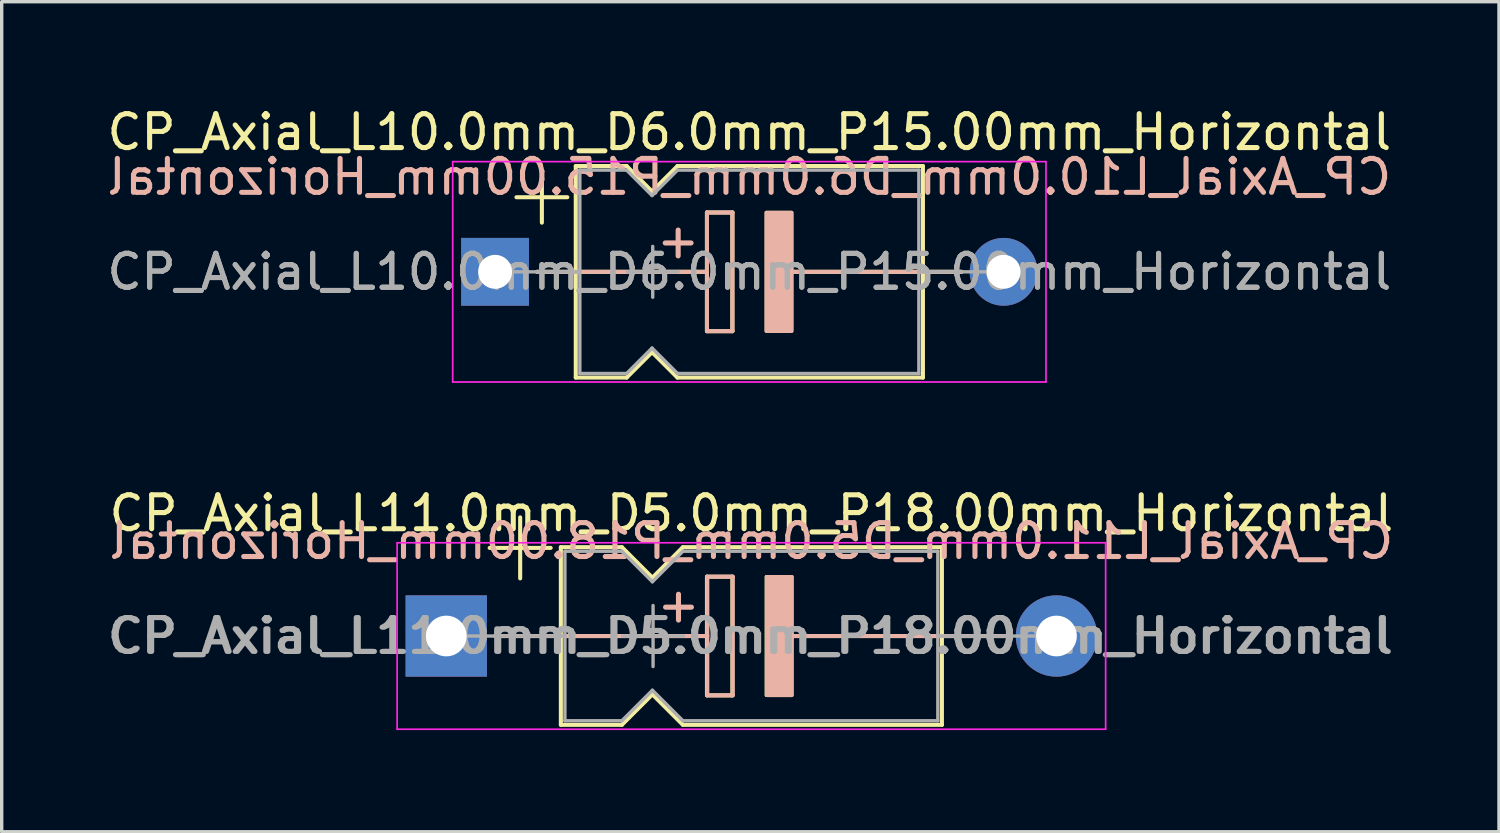
<source format=kicad_pcb>
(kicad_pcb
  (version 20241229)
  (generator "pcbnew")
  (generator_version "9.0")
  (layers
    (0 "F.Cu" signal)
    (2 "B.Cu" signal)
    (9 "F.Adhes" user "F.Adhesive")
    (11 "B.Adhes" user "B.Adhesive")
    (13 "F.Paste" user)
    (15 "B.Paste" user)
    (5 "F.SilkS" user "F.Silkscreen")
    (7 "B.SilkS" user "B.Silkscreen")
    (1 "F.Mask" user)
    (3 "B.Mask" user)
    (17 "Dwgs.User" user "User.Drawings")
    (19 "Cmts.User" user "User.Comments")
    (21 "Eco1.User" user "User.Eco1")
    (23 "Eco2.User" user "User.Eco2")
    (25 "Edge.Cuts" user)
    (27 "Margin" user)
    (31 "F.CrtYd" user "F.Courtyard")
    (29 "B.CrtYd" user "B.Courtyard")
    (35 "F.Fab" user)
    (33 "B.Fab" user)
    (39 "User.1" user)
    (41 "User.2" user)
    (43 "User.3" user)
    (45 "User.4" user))
  (footprint "CP_Axial_L10.0mm_D6.0mm_P15.00mm_Horizontal"
    (layer "F.Cu")
    (at 11.554 4.968)
    (property "Reference" "CP_Axial_L10.0mm_D6.0mm_P15.00mm_Horizontal" (at 7.5 -4.12 0) (layer "F.SilkS") (effects (font (size 1 1) (thickness 0.15))))
    (fp_line (start 0.63 -2.2) (end 2.13 -2.2) (stroke (width 0.12) (type solid)) (layer "F.SilkS"))
    (fp_line (start 1.24 0) (end 2.38 0) (stroke (width 0.12) (type solid)) (layer "F.SilkS"))
    (fp_line (start 1.38 -2.95) (end 1.38 -1.45) (stroke (width 0.12) (type solid)) (layer "F.SilkS"))
    (fp_line (start 2.38 -3.12) (end 2.38 3.12) (stroke (width 0.12) (type solid)) (layer "F.SilkS"))
    (fp_line (start 2.38 -3.12) (end 3.88 -3.12) (stroke (width 0.12) (type solid)) (layer "F.SilkS"))
    (fp_line (start 2.38 0) (end 6.25 0) (stroke (width 0.12) (type solid)) (layer "F.SilkS"))
    (fp_line (start 2.38 3.12) (end 3.88 3.12) (stroke (width 0.12) (type solid)) (layer "F.SilkS"))
    (fp_line (start 3.88 -3.12) (end 4.63 -2.37) (stroke (width 0.12) (type solid)) (layer "F.SilkS"))
    (fp_line (start 3.88 3.12) (end 4.63 2.37) (stroke (width 0.12) (type solid)) (layer "F.SilkS"))
    (fp_line (start 4.63 -2.37) (end 5.38 -3.12) (stroke (width 0.12) (type solid)) (layer "F.SilkS"))
    (fp_line (start 4.63 2.37) (end 5.38 3.12) (stroke (width 0.12) (type solid)) (layer "F.SilkS"))
    (fp_line (start 5.38 -3.12) (end 12.62 -3.12) (stroke (width 0.12) (type solid)) (layer "F.SilkS"))
    (fp_line (start 5.38 3.12) (end 12.62 3.12) (stroke (width 0.12) (type solid)) (layer "F.SilkS"))
    (fp_line (start 6.25 -1.75) (end 6.25 1.75) (stroke (width 0.12) (type solid)) (layer "F.SilkS"))
    (fp_line (start 6.25 -1.75) (end 7 -1.75) (stroke (width 0.12) (type solid)) (layer "F.SilkS"))
    (fp_line (start 7 -1.75) (end 7 1.75) (stroke (width 0.12) (type solid)) (layer "F.SilkS"))
    (fp_line (start 7 1.75) (end 6.25 1.75) (stroke (width 0.12) (type solid)) (layer "F.SilkS"))
    (fp_line (start 8.75 0) (end 12.62 0) (stroke (width 0.12) (type solid)) (layer "F.SilkS"))
    (fp_line (start 12.62 -3.12) (end 12.62 3.12) (stroke (width 0.12) (type solid)) (layer "F.SilkS"))
    (fp_line (start 13.76 0) (end 12.62 0) (stroke (width 0.12) (type solid)) (layer "F.SilkS"))
    (fp_poly (pts (xy 8.75 1.75) (xy 8 1.75) (xy 8 -1.75) (xy 8.75 -1.75)) (stroke (width 0.1) (type solid)) (fill yes) (layer "F.SilkS"))
    (fp_line (start 1.24 0) (end 2.38 0) (stroke (width 0.12) (type solid)) (layer "B.SilkS"))
    (fp_line (start 2.38 0) (end 6.25 0) (stroke (width 0.12) (type solid)) (layer "B.SilkS"))
    (fp_line (start 6.25 -1.75) (end 6.25 1.75) (stroke (width 0.12) (type solid)) (layer "B.SilkS"))
    (fp_line (start 6.25 -1.75) (end 7 -1.75) (stroke (width 0.12) (type solid)) (layer "B.SilkS"))
    (fp_line (start 7 -1.75) (end 7 1.75) (stroke (width 0.12) (type solid)) (layer "B.SilkS"))
    (fp_line (start 7 1.75) (end 6.25 1.75) (stroke (width 0.12) (type solid)) (layer "B.SilkS"))
    (fp_line (start 8.75 0) (end 12.62 0) (stroke (width 0.12) (type solid)) (layer "B.SilkS"))
    (fp_line (start 13.76 0) (end 12.62 0) (stroke (width 0.12) (type solid)) (layer "B.SilkS"))
    (fp_poly (pts (xy 8.75 1.75) (xy 8 1.75) (xy 8 -1.75) (xy 8.75 -1.75)) (stroke (width 0.1) (type solid)) (fill yes) (layer "B.SilkS"))
    (fp_line (start -1.25 -3.25) (end -1.25 3.25) (stroke (width 0.05) (type solid)) (layer "F.CrtYd"))
    (fp_line (start -1.25 3.25) (end 16.25 3.25) (stroke (width 0.05) (type solid)) (layer "F.CrtYd"))
    (fp_line (start 16.25 -3.25) (end -1.25 -3.25) (stroke (width 0.05) (type solid)) (layer "F.CrtYd"))
    (fp_line (start 16.25 3.25) (end 16.25 -3.25) (stroke (width 0.05) (type solid)) (layer "F.CrtYd"))
    (fp_line (start 0 0) (end 2.5 0) (stroke (width 0.1) (type solid)) (layer "F.Fab"))
    (fp_line (start 2.5 -3) (end 2.5 3) (stroke (width 0.1) (type solid)) (layer "F.Fab"))
    (fp_line (start 2.5 -3) (end 3.88 -3) (stroke (width 0.1) (type solid)) (layer "F.Fab"))
    (fp_line (start 2.5 3) (end 3.88 3) (stroke (width 0.1) (type solid)) (layer "F.Fab"))
    (fp_line (start 3.88 -3) (end 4.63 -2.25) (stroke (width 0.1) (type solid)) (layer "F.Fab"))
    (fp_line (start 3.88 3) (end 4.63 2.25) (stroke (width 0.1) (type solid)) (layer "F.Fab"))
    (fp_line (start 3.9 0) (end 5.4 0) (stroke (width 0.1) (type solid)) (layer "F.Fab"))
    (fp_line (start 4.63 -2.25) (end 5.38 -3) (stroke (width 0.1) (type solid)) (layer "F.Fab"))
    (fp_line (start 4.63 2.25) (end 5.38 3) (stroke (width 0.1) (type solid)) (layer "F.Fab"))
    (fp_line (start 4.65 -0.75) (end 4.65 0.75) (stroke (width 0.1) (type solid)) (layer "F.Fab"))
    (fp_line (start 5.38 -3) (end 12.5 -3) (stroke (width 0.1) (type solid)) (layer "F.Fab"))
    (fp_line (start 5.38 3) (end 12.5 3) (stroke (width 0.1) (type solid)) (layer "F.Fab"))
    (fp_line (start 12.5 -3) (end 12.5 3) (stroke (width 0.1) (type solid)) (layer "F.Fab"))
    (fp_line (start 15 0) (end 12.5 0) (stroke (width 0.1) (type solid)) (layer "F.Fab"))
    (fp_text user "+" (at 5.4 -0.925 0) (unlocked yes) (layer "B.SilkS") (effects (font (size 1 1) (thickness 0.15)) (justify mirror)))
    (fp_text user "${REFERENCE}" (at 7.5 -2.8 0) (layer "B.SilkS") (effects (font (size 1 1) (thickness 0.15)) (justify mirror)))
    (fp_text user "${REFERENCE}" (at 7.5 0 0) (layer "F.Fab") (effects (font (size 1 1) (thickness 0.15))))
    (fp_text user "${REFERENCE}" (at 7.5 0 0) (layer "F.Fab") (effects (font (size 1 1) (thickness 0.15))))
    (pad "1" thru_hole rect (at 0 0) (size 2 2) (drill 1) (layers "*.Cu" "*.Mask"))
    (pad "2" thru_hole oval (at 15 0) (size 2 2) (drill 1) (layers "*.Cu" "*.Mask")))
  (footprint "CP_Axial_L11.0mm_D5.0mm_P18.00mm_Horizontal"
    (layer "F.Cu")
    (at 10.114 15.711)
    (property "Reference" "CP_Axial_L11.0mm_D5.0mm_P18.00mm_Horizontal" (at 9 -3.62 0) (layer "F.SilkS") (effects (font (size 1 1) (thickness 0.15))))
    (fp_line (start 1.28 -2.6) (end 3.08 -2.6) (stroke (width 0.12) (type solid)) (layer "F.SilkS"))
    (fp_line (start 1.44 0) (end 3.38 0) (stroke (width 0.12) (type solid)) (layer "F.SilkS"))
    (fp_line (start 2.18 -3.5) (end 2.18 -1.7) (stroke (width 0.12) (type solid)) (layer "F.SilkS"))
    (fp_line (start 3.38 -2.62) (end 3.38 2.62) (stroke (width 0.12) (type solid)) (layer "F.SilkS"))
    (fp_line (start 3.38 -2.62) (end 5.18 -2.62) (stroke (width 0.12) (type solid)) (layer "F.SilkS"))
    (fp_line (start 3.38 0) (end 7.69 0) (stroke (width 0.12) (type solid)) (layer "F.SilkS"))
    (fp_line (start 3.38 2.62) (end 5.18 2.62) (stroke (width 0.12) (type solid)) (layer "F.SilkS"))
    (fp_line (start 5.18 -2.62) (end 6.08 -1.72) (stroke (width 0.12) (type solid)) (layer "F.SilkS"))
    (fp_line (start 5.18 2.62) (end 6.08 1.72) (stroke (width 0.12) (type solid)) (layer "F.SilkS"))
    (fp_line (start 6.08 -1.72) (end 6.98 -2.62) (stroke (width 0.12) (type solid)) (layer "F.SilkS"))
    (fp_line (start 6.08 1.72) (end 6.98 2.62) (stroke (width 0.12) (type solid)) (layer "F.SilkS"))
    (fp_line (start 6.98 -2.62) (end 14.62 -2.62) (stroke (width 0.12) (type solid)) (layer "F.SilkS"))
    (fp_line (start 6.98 2.62) (end 14.62 2.62) (stroke (width 0.12) (type solid)) (layer "F.SilkS"))
    (fp_line (start 7.69 -1.75) (end 7.69 1.75) (stroke (width 0.12) (type solid)) (layer "F.SilkS"))
    (fp_line (start 7.69 -1.75) (end 8.44 -1.75) (stroke (width 0.12) (type solid)) (layer "F.SilkS"))
    (fp_line (start 8.44 -1.75) (end 8.44 1.75) (stroke (width 0.12) (type solid)) (layer "F.SilkS"))
    (fp_line (start 8.44 1.75) (end 7.69 1.75) (stroke (width 0.12) (type solid)) (layer "F.SilkS"))
    (fp_line (start 10.19 0) (end 14.62 0) (stroke (width 0.12) (type solid)) (layer "F.SilkS"))
    (fp_line (start 14.62 -2.62) (end 14.62 2.62) (stroke (width 0.12) (type solid)) (layer "F.SilkS"))
    (fp_line (start 16.56 0) (end 14.62 0) (stroke (width 0.12) (type solid)) (layer "F.SilkS"))
    (fp_poly (pts (xy 10.19 1.75) (xy 9.44 1.75) (xy 9.44 -1.75) (xy 10.19 -1.75)) (stroke (width 0.1) (type solid)) (fill yes) (layer "F.SilkS"))
    (fp_line (start 1.45 0) (end 3.83 0) (stroke (width 0.12) (type solid)) (layer "B.SilkS"))
    (fp_line (start 3.83 0) (end 7.7 0) (stroke (width 0.12) (type solid)) (layer "B.SilkS"))
    (fp_line (start 7.7 -1.75) (end 7.7 1.75) (stroke (width 0.12) (type solid)) (layer "B.SilkS"))
    (fp_line (start 7.7 -1.75) (end 8.45 -1.75) (stroke (width 0.12) (type solid)) (layer "B.SilkS"))
    (fp_line (start 8.45 -1.75) (end 8.45 1.75) (stroke (width 0.12) (type solid)) (layer "B.SilkS"))
    (fp_line (start 8.45 1.75) (end 7.7 1.75) (stroke (width 0.12) (type solid)) (layer "B.SilkS"))
    (fp_line (start 10.2 0) (end 14.07 0) (stroke (width 0.12) (type solid)) (layer "B.SilkS"))
    (fp_line (start 16.55 0) (end 14.07 0) (stroke (width 0.12) (type solid)) (layer "B.SilkS"))
    (fp_poly (pts (xy 10.2 1.75) (xy 9.45 1.75) (xy 9.45 -1.75) (xy 10.2 -1.75)) (stroke (width 0.1) (type solid)) (fill yes) (layer "B.SilkS"))
    (fp_line (start -1.45 -2.75) (end -1.45 2.75) (stroke (width 0.05) (type solid)) (layer "F.CrtYd"))
    (fp_line (start -1.45 2.75) (end 19.45 2.75) (stroke (width 0.05) (type solid)) (layer "F.CrtYd"))
    (fp_line (start 19.45 -2.75) (end -1.45 -2.75) (stroke (width 0.05) (type solid)) (layer "F.CrtYd"))
    (fp_line (start 19.45 2.75) (end 19.45 -2.75) (stroke (width 0.05) (type solid)) (layer "F.CrtYd"))
    (fp_line (start 0 0) (end 3.5 0) (stroke (width 0.1) (type solid)) (layer "F.Fab"))
    (fp_line (start 3.5 -2.5) (end 3.5 2.5) (stroke (width 0.1) (type solid)) (layer "F.Fab"))
    (fp_line (start 3.5 -2.5) (end 5.18 -2.5) (stroke (width 0.1) (type solid)) (layer "F.Fab"))
    (fp_line (start 3.5 2.5) (end 5.18 2.5) (stroke (width 0.1) (type solid)) (layer "F.Fab"))
    (fp_line (start 5.18 -2.5) (end 6.08 -1.6) (stroke (width 0.1) (type solid)) (layer "F.Fab"))
    (fp_line (start 5.18 2.5) (end 6.08 1.6) (stroke (width 0.1) (type solid)) (layer "F.Fab"))
    (fp_line (start 5.2 0) (end 7 0) (stroke (width 0.1) (type solid)) (layer "F.Fab"))
    (fp_line (start 6.08 -1.6) (end 6.98 -2.5) (stroke (width 0.1) (type solid)) (layer "F.Fab"))
    (fp_line (start 6.08 1.6) (end 6.98 2.5) (stroke (width 0.1) (type solid)) (layer "F.Fab"))
    (fp_line (start 6.1 -0.9) (end 6.1 0.9) (stroke (width 0.1) (type solid)) (layer "F.Fab"))
    (fp_line (start 6.98 -2.5) (end 14.5 -2.5) (stroke (width 0.1) (type solid)) (layer "F.Fab"))
    (fp_line (start 6.98 2.5) (end 14.5 2.5) (stroke (width 0.1) (type solid)) (layer "F.Fab"))
    (fp_line (start 14.5 -2.5) (end 14.5 2.5) (stroke (width 0.1) (type solid)) (layer "F.Fab"))
    (fp_line (start 18 0) (end 14.5 0) (stroke (width 0.1) (type solid)) (layer "F.Fab"))
    (fp_text user "+" (at 6.85 -0.925 0) (unlocked yes) (layer "B.SilkS") (effects (font (size 1 1) (thickness 0.15)) (justify mirror)))
    (fp_text user "${REFERENCE}" (at 9 -2.8 0) (layer "B.SilkS") (effects (font (size 1 1) (thickness 0.15)) (justify mirror)))
    (fp_text user "${REFERENCE}" (at 8.94 0 0) (layer "F.Fab") (effects (font (size 1 1) (thickness 0.15))))
    (fp_text user "${REFERENCE}" (at 9 0 0) (layer "F.Fab") (effects (font (size 1 1) (thickness 0.15))))
    (pad "1" thru_hole rect (at 0 0) (size 2.4 2.4) (drill 1.2) (layers "*.Cu" "*.Mask"))
    (pad "2" thru_hole oval (at 18 0) (size 2.4 2.4) (drill 1.2) (layers "*.Cu" "*.Mask")))
  (gr_rect
    (start -3 -3)
    (end 41.167 21.486)
    (stroke (width 0.1) (type default))
    (fill no)
    (layer "Edge.Cuts")))
</source>
